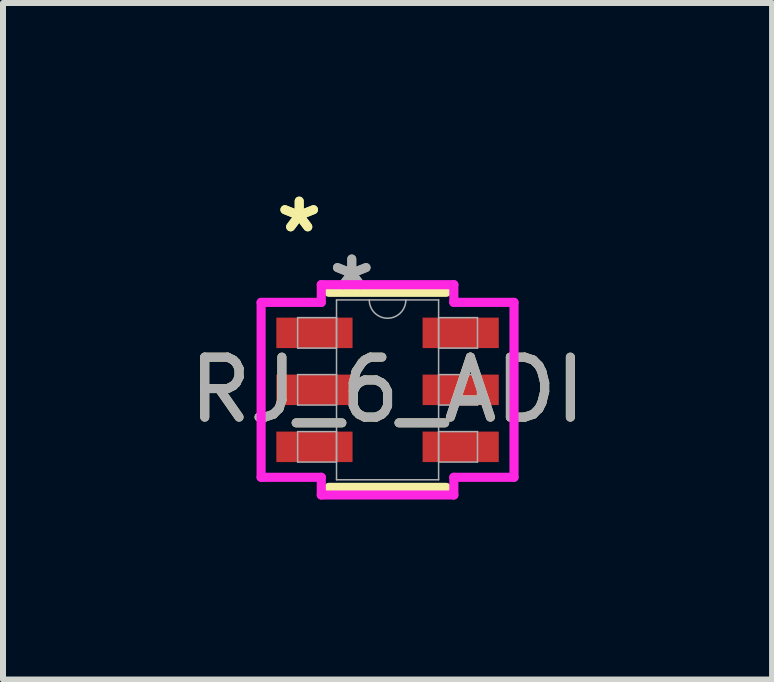
<source format=kicad_pcb>
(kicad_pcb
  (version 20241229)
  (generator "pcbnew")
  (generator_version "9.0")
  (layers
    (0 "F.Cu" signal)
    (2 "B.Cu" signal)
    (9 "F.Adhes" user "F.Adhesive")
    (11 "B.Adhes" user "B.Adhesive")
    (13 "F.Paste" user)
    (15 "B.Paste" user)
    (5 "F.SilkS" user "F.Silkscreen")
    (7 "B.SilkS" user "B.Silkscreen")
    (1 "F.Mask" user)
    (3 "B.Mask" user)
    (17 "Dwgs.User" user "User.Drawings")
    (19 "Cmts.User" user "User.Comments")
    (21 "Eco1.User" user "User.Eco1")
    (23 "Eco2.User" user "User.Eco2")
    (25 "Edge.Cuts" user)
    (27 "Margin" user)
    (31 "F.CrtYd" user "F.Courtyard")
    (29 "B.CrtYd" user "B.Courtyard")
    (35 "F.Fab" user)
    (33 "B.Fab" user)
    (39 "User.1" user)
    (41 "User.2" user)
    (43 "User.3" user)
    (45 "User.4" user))
  (footprint "RJ_6_ADI"
    (layer "F.Cu")
    (at 3.411 3.449)
    (property "Reference" "RJ_6_ADI" (at 0 0 0) (unlocked yes) (layer "F.SilkS") (effects (font (size 1 1) (thickness 0.15))))
    (attr smd)
    (fp_line (start -0.978 1.626) (end 0.978 1.626) (stroke (width 0.152) (type solid)) (layer "F.SilkS"))
    (fp_line (start 0.978 -1.626) (end -0.978 -1.626) (stroke (width 0.152) (type solid)) (layer "F.SilkS"))
    (fp_line (start -2.108 -1.458) (end -1.105 -1.458) (stroke (width 0.152) (type solid)) (layer "F.CrtYd"))
    (fp_line (start -2.108 1.458) (end -2.108 -1.458) (stroke (width 0.152) (type solid)) (layer "F.CrtYd"))
    (fp_line (start -1.105 -1.753) (end 1.105 -1.753) (stroke (width 0.152) (type solid)) (layer "F.CrtYd"))
    (fp_line (start -1.105 -1.458) (end -1.105 -1.753) (stroke (width 0.152) (type solid)) (layer "F.CrtYd"))
    (fp_line (start -1.105 1.458) (end -2.108 1.458) (stroke (width 0.152) (type solid)) (layer "F.CrtYd"))
    (fp_line (start -1.105 1.753) (end -1.105 1.458) (stroke (width 0.152) (type solid)) (layer "F.CrtYd"))
    (fp_line (start 1.105 -1.753) (end 1.105 -1.458) (stroke (width 0.152) (type solid)) (layer "F.CrtYd"))
    (fp_line (start 1.105 -1.458) (end 2.108 -1.458) (stroke (width 0.152) (type solid)) (layer "F.CrtYd"))
    (fp_line (start 1.105 1.458) (end 1.105 1.753) (stroke (width 0.152) (type solid)) (layer "F.CrtYd"))
    (fp_line (start 1.105 1.753) (end -1.105 1.753) (stroke (width 0.152) (type solid)) (layer "F.CrtYd"))
    (fp_line (start 2.108 -1.458) (end 2.108 1.458) (stroke (width 0.152) (type solid)) (layer "F.CrtYd"))
    (fp_line (start 2.108 1.458) (end 1.105 1.458) (stroke (width 0.152) (type solid)) (layer "F.CrtYd"))
    (fp_line (start -1.499 -1.204) (end -1.499 -0.696) (stroke (width 0.025) (type solid)) (layer "F.Fab"))
    (fp_line (start -1.499 -0.696) (end -0.851 -0.696) (stroke (width 0.025) (type solid)) (layer "F.Fab"))
    (fp_line (start -1.499 -0.254) (end -1.499 0.254) (stroke (width 0.025) (type solid)) (layer "F.Fab"))
    (fp_line (start -1.499 0.254) (end -0.851 0.254) (stroke (width 0.025) (type solid)) (layer "F.Fab"))
    (fp_line (start -1.499 0.696) (end -1.499 1.204) (stroke (width 0.025) (type solid)) (layer "F.Fab"))
    (fp_line (start -1.499 1.204) (end -0.851 1.204) (stroke (width 0.025) (type solid)) (layer "F.Fab"))
    (fp_line (start -0.851 -1.499) (end -0.851 1.499) (stroke (width 0.025) (type solid)) (layer "F.Fab"))
    (fp_line (start -0.851 -1.204) (end -1.499 -1.204) (stroke (width 0.025) (type solid)) (layer "F.Fab"))
    (fp_line (start -0.851 -0.696) (end -0.851 -1.204) (stroke (width 0.025) (type solid)) (layer "F.Fab"))
    (fp_line (start -0.851 -0.254) (end -1.499 -0.254) (stroke (width 0.025) (type solid)) (layer "F.Fab"))
    (fp_line (start -0.851 0.254) (end -0.851 -0.254) (stroke (width 0.025) (type solid)) (layer "F.Fab"))
    (fp_line (start -0.851 0.696) (end -1.499 0.696) (stroke (width 0.025) (type solid)) (layer "F.Fab"))
    (fp_line (start -0.851 1.204) (end -0.851 0.696) (stroke (width 0.025) (type solid)) (layer "F.Fab"))
    (fp_line (start -0.851 1.499) (end 0.851 1.499) (stroke (width 0.025) (type solid)) (layer "F.Fab"))
    (fp_line (start 0.851 -1.499) (end -0.851 -1.499) (stroke (width 0.025) (type solid)) (layer "F.Fab"))
    (fp_line (start 0.851 -1.204) (end 0.851 -0.696) (stroke (width 0.025) (type solid)) (layer "F.Fab"))
    (fp_line (start 0.851 -0.696) (end 1.499 -0.696) (stroke (width 0.025) (type solid)) (layer "F.Fab"))
    (fp_line (start 0.851 -0.254) (end 0.851 0.254) (stroke (width 0.025) (type solid)) (layer "F.Fab"))
    (fp_line (start 0.851 0.254) (end 1.499 0.254) (stroke (width 0.025) (type solid)) (layer "F.Fab"))
    (fp_line (start 0.851 0.696) (end 0.851 1.204) (stroke (width 0.025) (type solid)) (layer "F.Fab"))
    (fp_line (start 0.851 1.204) (end 1.499 1.204) (stroke (width 0.025) (type solid)) (layer "F.Fab"))
    (fp_line (start 0.851 1.499) (end 0.851 -1.499) (stroke (width 0.025) (type solid)) (layer "F.Fab"))
    (fp_line (start 1.499 -1.204) (end 0.851 -1.204) (stroke (width 0.025) (type solid)) (layer "F.Fab"))
    (fp_line (start 1.499 -0.696) (end 1.499 -1.204) (stroke (width 0.025) (type solid)) (layer "F.Fab"))
    (fp_line (start 1.499 -0.254) (end 0.851 -0.254) (stroke (width 0.025) (type solid)) (layer "F.Fab"))
    (fp_line (start 1.499 0.254) (end 1.499 -0.254) (stroke (width 0.025) (type solid)) (layer "F.Fab"))
    (fp_line (start 1.499 0.696) (end 0.851 0.696) (stroke (width 0.025) (type solid)) (layer "F.Fab"))
    (fp_line (start 1.499 1.204) (end 1.499 0.696) (stroke (width 0.025) (type solid)) (layer "F.Fab"))
    (fp_arc (start 0.3048 -1.4986) (mid 0 -1.1938) (end -0.3048 -1.4986) (stroke (width 0.0254) (type solid)) (layer "F.Fab"))
    (fp_text user "*" (at -1.473 -2.601 0) (unlocked yes) (layer "F.SilkS") (effects (font (size 1 1) (thickness 0.15))))
    (fp_text user "*" (at -1.473 -2.601 0) (layer "F.SilkS") (effects (font (size 1 1) (thickness 0.15))))
    (fp_text user "${REFERENCE}" (at 0 0 0) (unlocked yes) (layer "F.Fab") (effects (font (size 1 1) (thickness 0.15))))
    (fp_text user "*" (at -0.597 -1.636 0) (layer "F.Fab") (effects (font (size 1 1) (thickness 0.15))))
    (fp_text user "*" (at -0.597 -1.636 0) (unlocked yes) (layer "F.Fab") (effects (font (size 1 1) (thickness 0.15))))
    (pad "1" smd rect (at -1.219 -0.95) (size 1.27 0.508) (layers "F.Cu" "F.Mask" "F.Paste"))
    (pad "2" smd rect (at -1.219 0) (size 1.27 0.508) (layers "F.Cu" "F.Mask" "F.Paste"))
    (pad "3" smd rect (at -1.219 0.95) (size 1.27 0.508) (layers "F.Cu" "F.Mask" "F.Paste"))
    (pad "4" smd rect (at 1.219 0.95) (size 1.27 0.508) (layers "F.Cu" "F.Mask" "F.Paste"))
    (pad "5" smd rect (at 1.219 0) (size 1.27 0.508) (layers "F.Cu" "F.Mask" "F.Paste"))
    (pad "6" smd rect (at 1.219 -0.95) (size 1.27 0.508) (layers "F.Cu" "F.Mask" "F.Paste")))
  (gr_rect
    (start -3 -3)
    (end 9.821 8.278)
    (stroke (width 0.1) (type default))
    (fill no)
    (layer "Edge.Cuts")))
</source>
